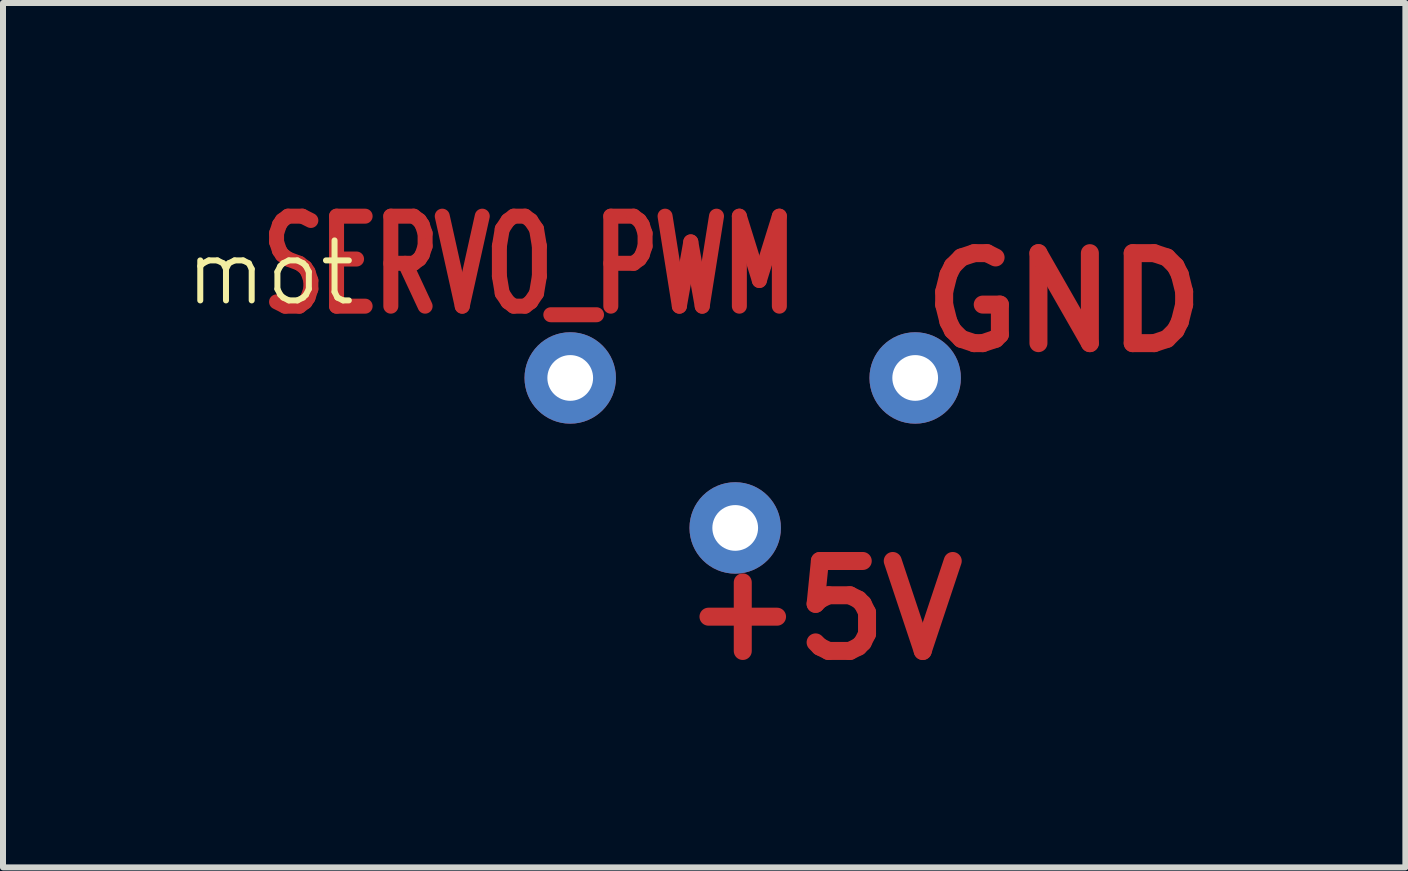
<source format=kicad_pcb>
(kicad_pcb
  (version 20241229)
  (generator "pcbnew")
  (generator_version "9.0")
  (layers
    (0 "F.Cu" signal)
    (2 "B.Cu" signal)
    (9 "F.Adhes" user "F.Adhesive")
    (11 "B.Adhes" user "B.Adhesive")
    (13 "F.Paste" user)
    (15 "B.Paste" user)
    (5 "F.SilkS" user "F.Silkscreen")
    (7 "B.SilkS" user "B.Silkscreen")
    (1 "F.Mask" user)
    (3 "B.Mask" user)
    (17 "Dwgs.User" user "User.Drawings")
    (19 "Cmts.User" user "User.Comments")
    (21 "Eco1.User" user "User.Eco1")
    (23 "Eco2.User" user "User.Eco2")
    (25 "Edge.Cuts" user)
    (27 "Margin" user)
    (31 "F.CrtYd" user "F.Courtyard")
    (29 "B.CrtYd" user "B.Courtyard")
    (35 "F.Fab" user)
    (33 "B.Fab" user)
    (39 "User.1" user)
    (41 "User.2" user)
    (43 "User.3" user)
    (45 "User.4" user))
  (footprint "mot"
    (layer "F.Cu")
    (at 4.205 3.25)
    (property "Reference" "mot" (at -2.75 -1.75 0) (unlocked yes) (layer "F.SilkS") (effects (font (size 1 1) (thickness 0.1))))
    (attr through_hole)
    (fp_text user "+5V" (at 4 4.75 0) (unlocked yes) (layer "F.Cu") (effects (font (size 1.5 1.5) (thickness 0.3) (bold yes)) (justify left bottom)))
    (fp_text user "GND" (at 8 -0.381 0) (unlocked yes) (layer "F.Cu") (effects (font (size 1.5 1.5) (thickness 0.3) (bold yes)) (justify left bottom)))
    (fp_text user "SERVO_PWM" (at -3 -1 0) (unlocked yes) (layer "F.Cu") (effects (font (size 1.5 1) (thickness 0.25) (bold yes)) (justify left bottom)))
    (pad "1" thru_hole circle (at 2.25 0) (size 1.524 1.524) (drill 0.762) (layers "*.Cu" "*.Mask"))
    (pad "2" thru_hole circle (at 8 0) (size 1.524 1.524) (drill 0.762) (layers "*.Cu" "*.Mask"))
    (pad "3" thru_hole circle (at 5 2.5) (size 1.524 1.524) (drill 0.762) (layers "*.Cu" "*.Mask")))
  (gr_rect
    (start -3 -3)
    (end 20.376 11.408)
    (stroke (width 0.1) (type default))
    (fill no)
    (layer "Edge.Cuts")))
</source>
